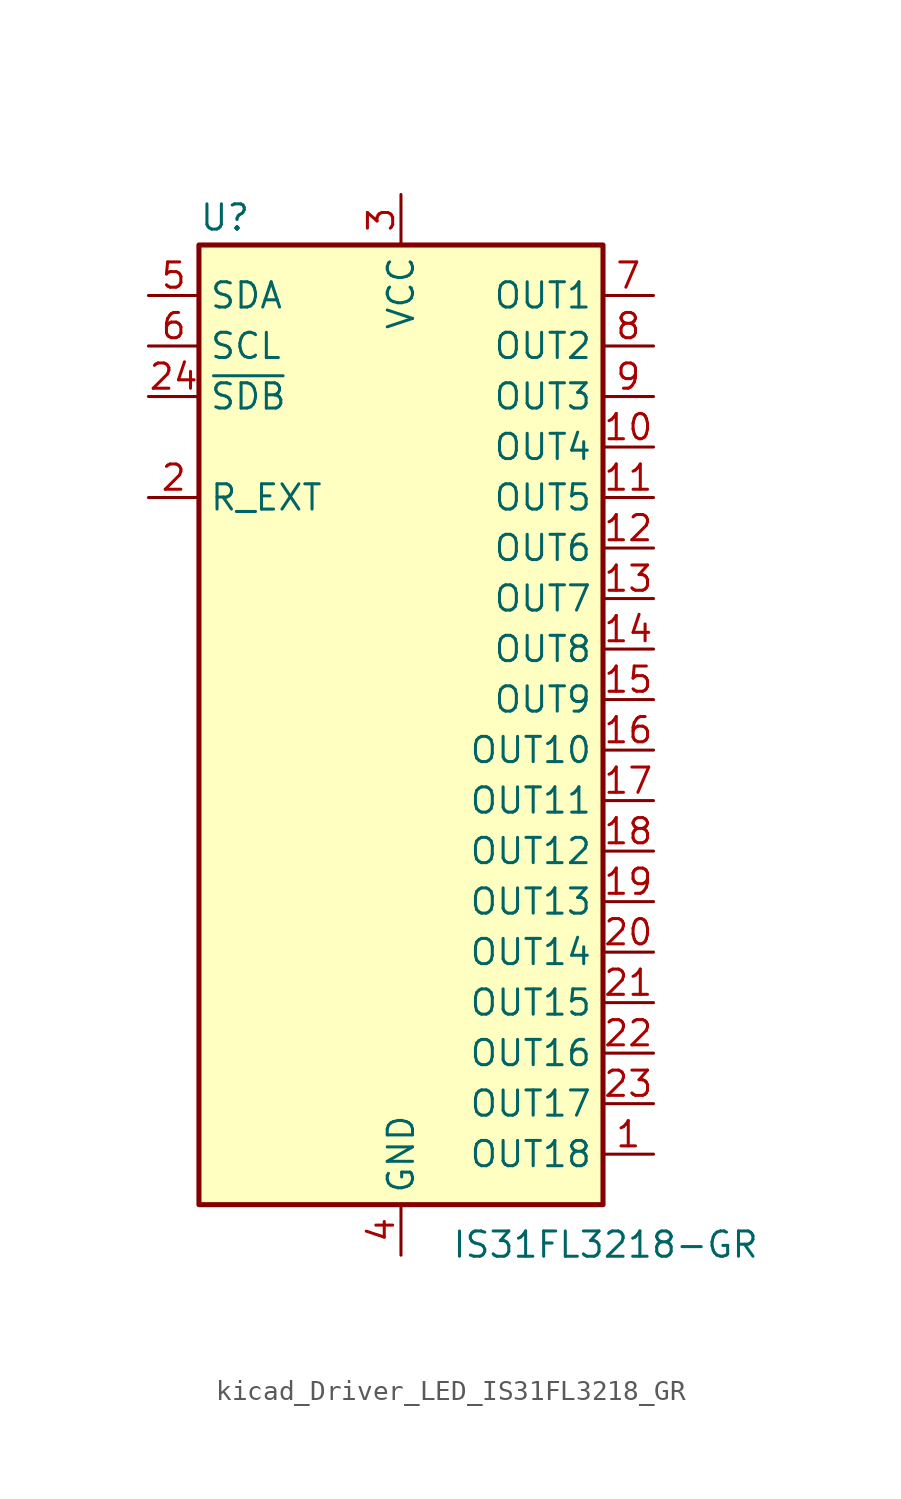
<source format=kicad_sym>
(kicad_symbol_lib
  (version 20220914)
  (generator kicad_symbol_editor)
  (symbol "kicad_Driver_LED_IS31FL3218_GR"
    (property "Reference" "U"
      (at -10.16 26.035 0)
      (effects (font (size 1.27 1.27)) (justify left bottom)))
    (property "Value" "IS31FL3218-GR"
      (at 2.54 -24.13 0)
      (effects (font (size 1.27 1.27)) (justify left top)))
    (symbol "kicad_Driver_LED_IS31FL3218_GR_0_1"
      (rectangle (start -10.16 25.4) (end 10.16 -22.86) (stroke (width 0.254) (type default)) (fill (type background))))
    (symbol "kicad_Driver_LED_IS31FL3218_GR_1_1"
      (pin open_collector line (at 12.7 -20.32 180) (length 2.54) (name "OUT18" (effects (font (size 1.27 1.27)))) (number "1" (effects (font (size 1.27 1.27)))))
      (pin open_collector line (at 12.7 15.24 180) (length 2.54) (name "OUT4" (effects (font (size 1.27 1.27)))) (number "10" (effects (font (size 1.27 1.27)))))
      (pin open_collector line (at 12.7 12.7 180) (length 2.54) (name "OUT5" (effects (font (size 1.27 1.27)))) (number "11" (effects (font (size 1.27 1.27)))))
      (pin open_collector line (at 12.7 10.16 180) (length 2.54) (name "OUT6" (effects (font (size 1.27 1.27)))) (number "12" (effects (font (size 1.27 1.27)))))
      (pin open_collector line (at 12.7 7.62 180) (length 2.54) (name "OUT7" (effects (font (size 1.27 1.27)))) (number "13" (effects (font (size 1.27 1.27)))))
      (pin open_collector line (at 12.7 5.08 180) (length 2.54) (name "OUT8" (effects (font (size 1.27 1.27)))) (number "14" (effects (font (size 1.27 1.27)))))
      (pin open_collector line (at 12.7 2.54 180) (length 2.54) (name "OUT9" (effects (font (size 1.27 1.27)))) (number "15" (effects (font (size 1.27 1.27)))))
      (pin open_collector line (at 12.7 0 180) (length 2.54) (name "OUT10" (effects (font (size 1.27 1.27)))) (number "16" (effects (font (size 1.27 1.27)))))
      (pin open_collector line (at 12.7 -2.54 180) (length 2.54) (name "OUT11" (effects (font (size 1.27 1.27)))) (number "17" (effects (font (size 1.27 1.27)))))
      (pin open_collector line (at 12.7 -5.08 180) (length 2.54) (name "OUT12" (effects (font (size 1.27 1.27)))) (number "18" (effects (font (size 1.27 1.27)))))
      (pin open_collector line (at 12.7 -7.62 180) (length 2.54) (name "OUT13" (effects (font (size 1.27 1.27)))) (number "19" (effects (font (size 1.27 1.27)))))
      (pin passive line (at -12.7 12.7 0) (length 2.54) (name "R_EXT" (effects (font (size 1.27 1.27)))) (number "2" (effects (font (size 1.27 1.27)))))
      (pin open_collector line (at 12.7 -10.16 180) (length 2.54) (name "OUT14" (effects (font (size 1.27 1.27)))) (number "20" (effects (font (size 1.27 1.27)))))
      (pin open_collector line (at 12.7 -12.7 180) (length 2.54) (name "OUT15" (effects (font (size 1.27 1.27)))) (number "21" (effects (font (size 1.27 1.27)))))
      (pin open_collector line (at 12.7 -15.24 180) (length 2.54) (name "OUT16" (effects (font (size 1.27 1.27)))) (number "22" (effects (font (size 1.27 1.27)))))
      (pin open_collector line (at 12.7 -17.78 180) (length 2.54) (name "OUT17" (effects (font (size 1.27 1.27)))) (number "23" (effects (font (size 1.27 1.27)))))
      (pin input line (at -12.7 17.78 0) (length 2.54) (name "~{SDB}" (effects (font (size 1.27 1.27)))) (number "24" (effects (font (size 1.27 1.27)))))
      (pin power_in line (at 0 27.94 270) (length 2.54) (name "VCC" (effects (font (size 1.27 1.27)))) (number "3" (effects (font (size 1.27 1.27)))))
      (pin power_in line (at 0 -25.4 90) (length 2.54) (name "GND" (effects (font (size 1.27 1.27)))) (number "4" (effects (font (size 1.27 1.27)))))
      (pin bidirectional line (at -12.7 22.86 0) (length 2.54) (name "SDA" (effects (font (size 1.27 1.27)))) (number "5" (effects (font (size 1.27 1.27)))))
      (pin input line (at -12.7 20.32 0) (length 2.54) (name "SCL" (effects (font (size 1.27 1.27)))) (number "6" (effects (font (size 1.27 1.27)))))
      (pin open_collector line (at 12.7 22.86 180) (length 2.54) (name "OUT1" (effects (font (size 1.27 1.27)))) (number "7" (effects (font (size 1.27 1.27)))))
      (pin open_collector line (at 12.7 20.32 180) (length 2.54) (name "OUT2" (effects (font (size 1.27 1.27)))) (number "8" (effects (font (size 1.27 1.27)))))
      (pin open_collector line (at 12.7 17.78 180) (length 2.54) (name "OUT3" (effects (font (size 1.27 1.27)))) (number "9" (effects (font (size 1.27 1.27))))))))
</source>
